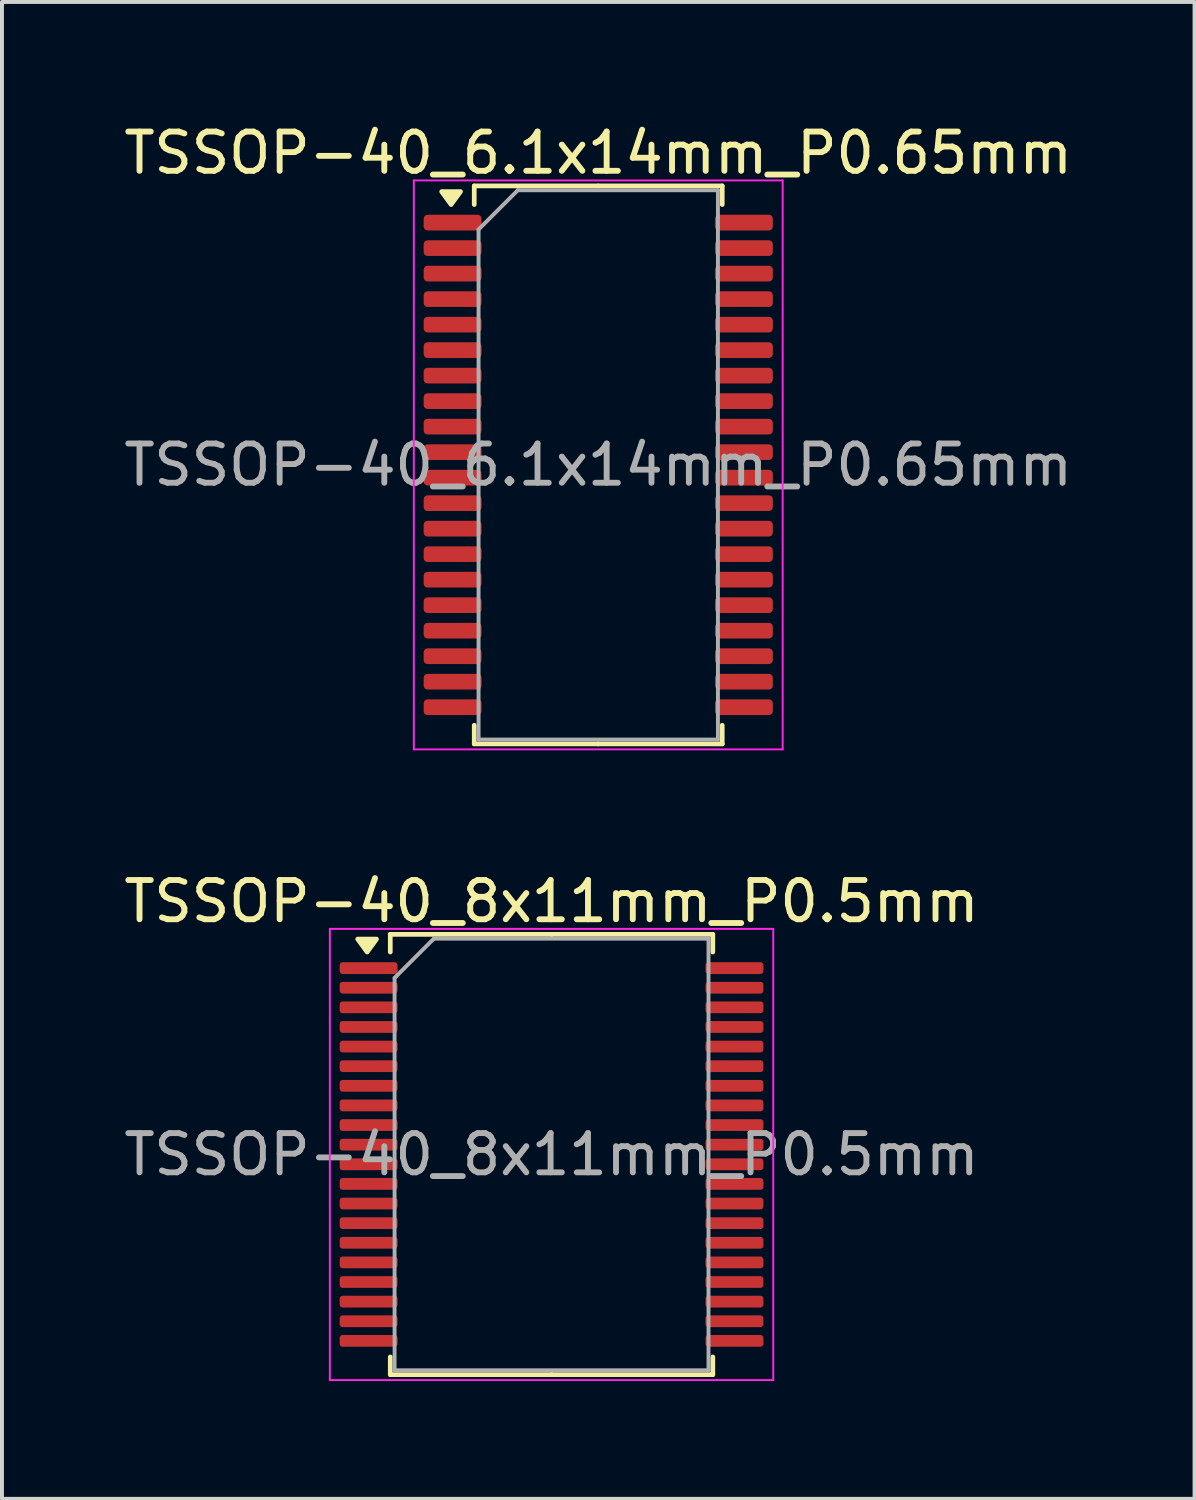
<source format=kicad_pcb>
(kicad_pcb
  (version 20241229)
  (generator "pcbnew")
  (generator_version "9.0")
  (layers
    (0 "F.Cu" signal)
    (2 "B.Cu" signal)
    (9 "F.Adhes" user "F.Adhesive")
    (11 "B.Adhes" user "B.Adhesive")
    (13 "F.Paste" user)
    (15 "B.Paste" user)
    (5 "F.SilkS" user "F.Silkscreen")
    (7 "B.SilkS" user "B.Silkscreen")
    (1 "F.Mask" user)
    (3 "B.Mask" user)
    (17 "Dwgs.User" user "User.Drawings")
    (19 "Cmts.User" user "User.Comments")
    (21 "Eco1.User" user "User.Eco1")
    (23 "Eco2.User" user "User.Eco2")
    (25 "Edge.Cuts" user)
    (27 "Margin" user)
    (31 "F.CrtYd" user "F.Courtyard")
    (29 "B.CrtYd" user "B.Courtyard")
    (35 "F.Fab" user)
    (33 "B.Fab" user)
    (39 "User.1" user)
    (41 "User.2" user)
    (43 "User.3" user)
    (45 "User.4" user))
  (footprint "TSSOP-40_8x11mm_P0.5mm"
    (layer "F.Cu")
    (at 11.006 26.372)
    (property "Reference" "TSSOP-40_8x11mm_P0.5mm" (at 0 -6.45 0) (layer "F.SilkS") (effects (font (size 1 1) (thickness 0.15))))
    (attr smd)
    (fp_line (start -4.11 -5.61) (end -4.11 -5.16) (stroke (width 0.12) (type solid)) (layer "F.SilkS"))
    (fp_line (start -4.11 5.61) (end -4.11 5.16) (stroke (width 0.12) (type solid)) (layer "F.SilkS"))
    (fp_line (start 0 -5.61) (end -4.11 -5.61) (stroke (width 0.12) (type solid)) (layer "F.SilkS"))
    (fp_line (start 0 -5.61) (end 4.11 -5.61) (stroke (width 0.12) (type solid)) (layer "F.SilkS"))
    (fp_line (start 0 5.61) (end -4.11 5.61) (stroke (width 0.12) (type solid)) (layer "F.SilkS"))
    (fp_line (start 0 5.61) (end 4.11 5.61) (stroke (width 0.12) (type solid)) (layer "F.SilkS"))
    (fp_line (start 4.11 -5.61) (end 4.11 -5.16) (stroke (width 0.12) (type solid)) (layer "F.SilkS"))
    (fp_line (start 4.11 5.61) (end 4.11 5.16) (stroke (width 0.12) (type solid)) (layer "F.SilkS"))
    (fp_poly (pts (xy -4.7 -5.16) (xy -4.94 -5.49) (xy -4.46 -5.49) (xy -4.7 -5.16)) (stroke (width 0.12) (type solid)) (fill yes) (layer "F.SilkS"))
    (fp_line (start -5.65 -5.75) (end -5.65 5.75) (stroke (width 0.05) (type solid)) (layer "F.CrtYd"))
    (fp_line (start -5.65 5.75) (end 5.65 5.75) (stroke (width 0.05) (type solid)) (layer "F.CrtYd"))
    (fp_line (start 5.65 -5.75) (end -5.65 -5.75) (stroke (width 0.05) (type solid)) (layer "F.CrtYd"))
    (fp_line (start 5.65 5.75) (end 5.65 -5.75) (stroke (width 0.05) (type solid)) (layer "F.CrtYd"))
    (fp_line (start -4 -4.5) (end -3 -5.5) (stroke (width 0.1) (type solid)) (layer "F.Fab"))
    (fp_line (start -4 5.5) (end -4 -4.5) (stroke (width 0.1) (type solid)) (layer "F.Fab"))
    (fp_line (start -3 -5.5) (end 4 -5.5) (stroke (width 0.1) (type solid)) (layer "F.Fab"))
    (fp_line (start 4 -5.5) (end 4 5.5) (stroke (width 0.1) (type solid)) (layer "F.Fab"))
    (fp_line (start 4 5.5) (end -4 5.5) (stroke (width 0.1) (type solid)) (layer "F.Fab"))
    (fp_text user "${REFERENCE}" (at 0 0 0) (layer "F.Fab") (effects (font (size 1 1) (thickness 0.15))))
    (pad "1" smd roundrect (at -4.662 -4.75) (size 1.475 0.3) (layers "F.Cu" "F.Mask" "F.Paste") (roundrect_rratio 0.25))
    (pad "2" smd roundrect (at -4.662 -4.25) (size 1.475 0.3) (layers "F.Cu" "F.Mask" "F.Paste") (roundrect_rratio 0.25))
    (pad "3" smd roundrect (at -4.662 -3.75) (size 1.475 0.3) (layers "F.Cu" "F.Mask" "F.Paste") (roundrect_rratio 0.25))
    (pad "4" smd roundrect (at -4.662 -3.25) (size 1.475 0.3) (layers "F.Cu" "F.Mask" "F.Paste") (roundrect_rratio 0.25))
    (pad "5" smd roundrect (at -4.662 -2.75) (size 1.475 0.3) (layers "F.Cu" "F.Mask" "F.Paste") (roundrect_rratio 0.25))
    (pad "6" smd roundrect (at -4.662 -2.25) (size 1.475 0.3) (layers "F.Cu" "F.Mask" "F.Paste") (roundrect_rratio 0.25))
    (pad "7" smd roundrect (at -4.662 -1.75) (size 1.475 0.3) (layers "F.Cu" "F.Mask" "F.Paste") (roundrect_rratio 0.25))
    (pad "8" smd roundrect (at -4.662 -1.25) (size 1.475 0.3) (layers "F.Cu" "F.Mask" "F.Paste") (roundrect_rratio 0.25))
    (pad "9" smd roundrect (at -4.662 -0.75) (size 1.475 0.3) (layers "F.Cu" "F.Mask" "F.Paste") (roundrect_rratio 0.25))
    (pad "10" smd roundrect (at -4.662 -0.25) (size 1.475 0.3) (layers "F.Cu" "F.Mask" "F.Paste") (roundrect_rratio 0.25))
    (pad "11" smd roundrect (at -4.662 0.25) (size 1.475 0.3) (layers "F.Cu" "F.Mask" "F.Paste") (roundrect_rratio 0.25))
    (pad "12" smd roundrect (at -4.662 0.75) (size 1.475 0.3) (layers "F.Cu" "F.Mask" "F.Paste") (roundrect_rratio 0.25))
    (pad "13" smd roundrect (at -4.662 1.25) (size 1.475 0.3) (layers "F.Cu" "F.Mask" "F.Paste") (roundrect_rratio 0.25))
    (pad "14" smd roundrect (at -4.662 1.75) (size 1.475 0.3) (layers "F.Cu" "F.Mask" "F.Paste") (roundrect_rratio 0.25))
    (pad "15" smd roundrect (at -4.662 2.25) (size 1.475 0.3) (layers "F.Cu" "F.Mask" "F.Paste") (roundrect_rratio 0.25))
    (pad "16" smd roundrect (at -4.662 2.75) (size 1.475 0.3) (layers "F.Cu" "F.Mask" "F.Paste") (roundrect_rratio 0.25))
    (pad "17" smd roundrect (at -4.662 3.25) (size 1.475 0.3) (layers "F.Cu" "F.Mask" "F.Paste") (roundrect_rratio 0.25))
    (pad "18" smd roundrect (at -4.662 3.75) (size 1.475 0.3) (layers "F.Cu" "F.Mask" "F.Paste") (roundrect_rratio 0.25))
    (pad "19" smd roundrect (at -4.662 4.25) (size 1.475 0.3) (layers "F.Cu" "F.Mask" "F.Paste") (roundrect_rratio 0.25))
    (pad "20" smd roundrect (at -4.662 4.75) (size 1.475 0.3) (layers "F.Cu" "F.Mask" "F.Paste") (roundrect_rratio 0.25))
    (pad "21" smd roundrect (at 4.662 4.75) (size 1.475 0.3) (layers "F.Cu" "F.Mask" "F.Paste") (roundrect_rratio 0.25))
    (pad "22" smd roundrect (at 4.662 4.25) (size 1.475 0.3) (layers "F.Cu" "F.Mask" "F.Paste") (roundrect_rratio 0.25))
    (pad "23" smd roundrect (at 4.662 3.75) (size 1.475 0.3) (layers "F.Cu" "F.Mask" "F.Paste") (roundrect_rratio 0.25))
    (pad "24" smd roundrect (at 4.662 3.25) (size 1.475 0.3) (layers "F.Cu" "F.Mask" "F.Paste") (roundrect_rratio 0.25))
    (pad "25" smd roundrect (at 4.662 2.75) (size 1.475 0.3) (layers "F.Cu" "F.Mask" "F.Paste") (roundrect_rratio 0.25))
    (pad "26" smd roundrect (at 4.662 2.25) (size 1.475 0.3) (layers "F.Cu" "F.Mask" "F.Paste") (roundrect_rratio 0.25))
    (pad "27" smd roundrect (at 4.662 1.75) (size 1.475 0.3) (layers "F.Cu" "F.Mask" "F.Paste") (roundrect_rratio 0.25))
    (pad "28" smd roundrect (at 4.662 1.25) (size 1.475 0.3) (layers "F.Cu" "F.Mask" "F.Paste") (roundrect_rratio 0.25))
    (pad "29" smd roundrect (at 4.662 0.75) (size 1.475 0.3) (layers "F.Cu" "F.Mask" "F.Paste") (roundrect_rratio 0.25))
    (pad "30" smd roundrect (at 4.662 0.25) (size 1.475 0.3) (layers "F.Cu" "F.Mask" "F.Paste") (roundrect_rratio 0.25))
    (pad "31" smd roundrect (at 4.662 -0.25) (size 1.475 0.3) (layers "F.Cu" "F.Mask" "F.Paste") (roundrect_rratio 0.25))
    (pad "32" smd roundrect (at 4.662 -0.75) (size 1.475 0.3) (layers "F.Cu" "F.Mask" "F.Paste") (roundrect_rratio 0.25))
    (pad "33" smd roundrect (at 4.662 -1.25) (size 1.475 0.3) (layers "F.Cu" "F.Mask" "F.Paste") (roundrect_rratio 0.25))
    (pad "34" smd roundrect (at 4.662 -1.75) (size 1.475 0.3) (layers "F.Cu" "F.Mask" "F.Paste") (roundrect_rratio 0.25))
    (pad "35" smd roundrect (at 4.662 -2.25) (size 1.475 0.3) (layers "F.Cu" "F.Mask" "F.Paste") (roundrect_rratio 0.25))
    (pad "36" smd roundrect (at 4.662 -2.75) (size 1.475 0.3) (layers "F.Cu" "F.Mask" "F.Paste") (roundrect_rratio 0.25))
    (pad "37" smd roundrect (at 4.662 -3.25) (size 1.475 0.3) (layers "F.Cu" "F.Mask" "F.Paste") (roundrect_rratio 0.25))
    (pad "38" smd roundrect (at 4.662 -3.75) (size 1.475 0.3) (layers "F.Cu" "F.Mask" "F.Paste") (roundrect_rratio 0.25))
    (pad "39" smd roundrect (at 4.662 -4.25) (size 1.475 0.3) (layers "F.Cu" "F.Mask" "F.Paste") (roundrect_rratio 0.25))
    (pad "40" smd roundrect (at 4.662 -4.75) (size 1.475 0.3) (layers "F.Cu" "F.Mask" "F.Paste") (roundrect_rratio 0.25)))
  (footprint "TSSOP-40_6.1x14mm_P0.65mm"
    (layer "F.Cu")
    (at 12.196 8.798)
    (property "Reference" "TSSOP-40_6.1x14mm_P0.65mm" (at 0 -7.95 0) (layer "F.SilkS") (effects (font (size 1 1) (thickness 0.15))))
    (attr smd)
    (fp_line (start -3.16 -7.11) (end -3.16 -6.635) (stroke (width 0.12) (type solid)) (layer "F.SilkS"))
    (fp_line (start -3.16 7.11) (end -3.16 6.635) (stroke (width 0.12) (type solid)) (layer "F.SilkS"))
    (fp_line (start 0 -7.11) (end -3.16 -7.11) (stroke (width 0.12) (type solid)) (layer "F.SilkS"))
    (fp_line (start 0 -7.11) (end 3.16 -7.11) (stroke (width 0.12) (type solid)) (layer "F.SilkS"))
    (fp_line (start 0 7.11) (end -3.16 7.11) (stroke (width 0.12) (type solid)) (layer "F.SilkS"))
    (fp_line (start 0 7.11) (end 3.16 7.11) (stroke (width 0.12) (type solid)) (layer "F.SilkS"))
    (fp_line (start 3.16 -7.11) (end 3.16 -6.635) (stroke (width 0.12) (type solid)) (layer "F.SilkS"))
    (fp_line (start 3.16 7.11) (end 3.16 6.635) (stroke (width 0.12) (type solid)) (layer "F.SilkS"))
    (fp_poly (pts (xy -3.75 -6.635) (xy -3.99 -6.965) (xy -3.51 -6.965) (xy -3.75 -6.635)) (stroke (width 0.12) (type solid)) (fill yes) (layer "F.SilkS"))
    (fp_line (start -4.7 -7.25) (end -4.7 7.25) (stroke (width 0.05) (type solid)) (layer "F.CrtYd"))
    (fp_line (start -4.7 7.25) (end 4.7 7.25) (stroke (width 0.05) (type solid)) (layer "F.CrtYd"))
    (fp_line (start 4.7 -7.25) (end -4.7 -7.25) (stroke (width 0.05) (type solid)) (layer "F.CrtYd"))
    (fp_line (start 4.7 7.25) (end 4.7 -7.25) (stroke (width 0.05) (type solid)) (layer "F.CrtYd"))
    (fp_line (start -3.05 -6) (end -2.05 -7) (stroke (width 0.1) (type solid)) (layer "F.Fab"))
    (fp_line (start -3.05 7) (end -3.05 -6) (stroke (width 0.1) (type solid)) (layer "F.Fab"))
    (fp_line (start -2.05 -7) (end 3.05 -7) (stroke (width 0.1) (type solid)) (layer "F.Fab"))
    (fp_line (start 3.05 -7) (end 3.05 7) (stroke (width 0.1) (type solid)) (layer "F.Fab"))
    (fp_line (start 3.05 7) (end -3.05 7) (stroke (width 0.1) (type solid)) (layer "F.Fab"))
    (fp_text user "${REFERENCE}" (at 0 0 0) (layer "F.Fab") (effects (font (size 1 1) (thickness 0.15))))
    (pad "1" smd roundrect (at -3.712 -6.175) (size 1.475 0.4) (layers "F.Cu" "F.Mask" "F.Paste") (roundrect_rratio 0.25))
    (pad "2" smd roundrect (at -3.712 -5.525) (size 1.475 0.4) (layers "F.Cu" "F.Mask" "F.Paste") (roundrect_rratio 0.25))
    (pad "3" smd roundrect (at -3.712 -4.875) (size 1.475 0.4) (layers "F.Cu" "F.Mask" "F.Paste") (roundrect_rratio 0.25))
    (pad "4" smd roundrect (at -3.712 -4.225) (size 1.475 0.4) (layers "F.Cu" "F.Mask" "F.Paste") (roundrect_rratio 0.25))
    (pad "5" smd roundrect (at -3.712 -3.575) (size 1.475 0.4) (layers "F.Cu" "F.Mask" "F.Paste") (roundrect_rratio 0.25))
    (pad "6" smd roundrect (at -3.712 -2.925) (size 1.475 0.4) (layers "F.Cu" "F.Mask" "F.Paste") (roundrect_rratio 0.25))
    (pad "7" smd roundrect (at -3.712 -2.275) (size 1.475 0.4) (layers "F.Cu" "F.Mask" "F.Paste") (roundrect_rratio 0.25))
    (pad "8" smd roundrect (at -3.712 -1.625) (size 1.475 0.4) (layers "F.Cu" "F.Mask" "F.Paste") (roundrect_rratio 0.25))
    (pad "9" smd roundrect (at -3.712 -0.975) (size 1.475 0.4) (layers "F.Cu" "F.Mask" "F.Paste") (roundrect_rratio 0.25))
    (pad "10" smd roundrect (at -3.712 -0.325) (size 1.475 0.4) (layers "F.Cu" "F.Mask" "F.Paste") (roundrect_rratio 0.25))
    (pad "11" smd roundrect (at -3.712 0.325) (size 1.475 0.4) (layers "F.Cu" "F.Mask" "F.Paste") (roundrect_rratio 0.25))
    (pad "12" smd roundrect (at -3.712 0.975) (size 1.475 0.4) (layers "F.Cu" "F.Mask" "F.Paste") (roundrect_rratio 0.25))
    (pad "13" smd roundrect (at -3.712 1.625) (size 1.475 0.4) (layers "F.Cu" "F.Mask" "F.Paste") (roundrect_rratio 0.25))
    (pad "14" smd roundrect (at -3.712 2.275) (size 1.475 0.4) (layers "F.Cu" "F.Mask" "F.Paste") (roundrect_rratio 0.25))
    (pad "15" smd roundrect (at -3.712 2.925) (size 1.475 0.4) (layers "F.Cu" "F.Mask" "F.Paste") (roundrect_rratio 0.25))
    (pad "16" smd roundrect (at -3.712 3.575) (size 1.475 0.4) (layers "F.Cu" "F.Mask" "F.Paste") (roundrect_rratio 0.25))
    (pad "17" smd roundrect (at -3.712 4.225) (size 1.475 0.4) (layers "F.Cu" "F.Mask" "F.Paste") (roundrect_rratio 0.25))
    (pad "18" smd roundrect (at -3.712 4.875) (size 1.475 0.4) (layers "F.Cu" "F.Mask" "F.Paste") (roundrect_rratio 0.25))
    (pad "19" smd roundrect (at -3.712 5.525) (size 1.475 0.4) (layers "F.Cu" "F.Mask" "F.Paste") (roundrect_rratio 0.25))
    (pad "20" smd roundrect (at -3.712 6.175) (size 1.475 0.4) (layers "F.Cu" "F.Mask" "F.Paste") (roundrect_rratio 0.25))
    (pad "21" smd roundrect (at 3.712 6.175) (size 1.475 0.4) (layers "F.Cu" "F.Mask" "F.Paste") (roundrect_rratio 0.25))
    (pad "22" smd roundrect (at 3.712 5.525) (size 1.475 0.4) (layers "F.Cu" "F.Mask" "F.Paste") (roundrect_rratio 0.25))
    (pad "23" smd roundrect (at 3.712 4.875) (size 1.475 0.4) (layers "F.Cu" "F.Mask" "F.Paste") (roundrect_rratio 0.25))
    (pad "24" smd roundrect (at 3.712 4.225) (size 1.475 0.4) (layers "F.Cu" "F.Mask" "F.Paste") (roundrect_rratio 0.25))
    (pad "25" smd roundrect (at 3.712 3.575) (size 1.475 0.4) (layers "F.Cu" "F.Mask" "F.Paste") (roundrect_rratio 0.25))
    (pad "26" smd roundrect (at 3.712 2.925) (size 1.475 0.4) (layers "F.Cu" "F.Mask" "F.Paste") (roundrect_rratio 0.25))
    (pad "27" smd roundrect (at 3.712 2.275) (size 1.475 0.4) (layers "F.Cu" "F.Mask" "F.Paste") (roundrect_rratio 0.25))
    (pad "28" smd roundrect (at 3.712 1.625) (size 1.475 0.4) (layers "F.Cu" "F.Mask" "F.Paste") (roundrect_rratio 0.25))
    (pad "29" smd roundrect (at 3.712 0.975) (size 1.475 0.4) (layers "F.Cu" "F.Mask" "F.Paste") (roundrect_rratio 0.25))
    (pad "30" smd roundrect (at 3.712 0.325) (size 1.475 0.4) (layers "F.Cu" "F.Mask" "F.Paste") (roundrect_rratio 0.25))
    (pad "31" smd roundrect (at 3.712 -0.325) (size 1.475 0.4) (layers "F.Cu" "F.Mask" "F.Paste") (roundrect_rratio 0.25))
    (pad "32" smd roundrect (at 3.712 -0.975) (size 1.475 0.4) (layers "F.Cu" "F.Mask" "F.Paste") (roundrect_rratio 0.25))
    (pad "33" smd roundrect (at 3.712 -1.625) (size 1.475 0.4) (layers "F.Cu" "F.Mask" "F.Paste") (roundrect_rratio 0.25))
    (pad "34" smd roundrect (at 3.712 -2.275) (size 1.475 0.4) (layers "F.Cu" "F.Mask" "F.Paste") (roundrect_rratio 0.25))
    (pad "35" smd roundrect (at 3.712 -2.925) (size 1.475 0.4) (layers "F.Cu" "F.Mask" "F.Paste") (roundrect_rratio 0.25))
    (pad "36" smd roundrect (at 3.712 -3.575) (size 1.475 0.4) (layers "F.Cu" "F.Mask" "F.Paste") (roundrect_rratio 0.25))
    (pad "37" smd roundrect (at 3.712 -4.225) (size 1.475 0.4) (layers "F.Cu" "F.Mask" "F.Paste") (roundrect_rratio 0.25))
    (pad "38" smd roundrect (at 3.712 -4.875) (size 1.475 0.4) (layers "F.Cu" "F.Mask" "F.Paste") (roundrect_rratio 0.25))
    (pad "39" smd roundrect (at 3.712 -5.525) (size 1.475 0.4) (layers "F.Cu" "F.Mask" "F.Paste") (roundrect_rratio 0.25))
    (pad "40" smd roundrect (at 3.712 -6.175) (size 1.475 0.4) (layers "F.Cu" "F.Mask" "F.Paste") (roundrect_rratio 0.25)))
  (gr_rect
    (start -3 -3)
    (end 27.393 35.147)
    (stroke (width 0.1) (type default))
    (fill no)
    (layer "Edge.Cuts")))
</source>
